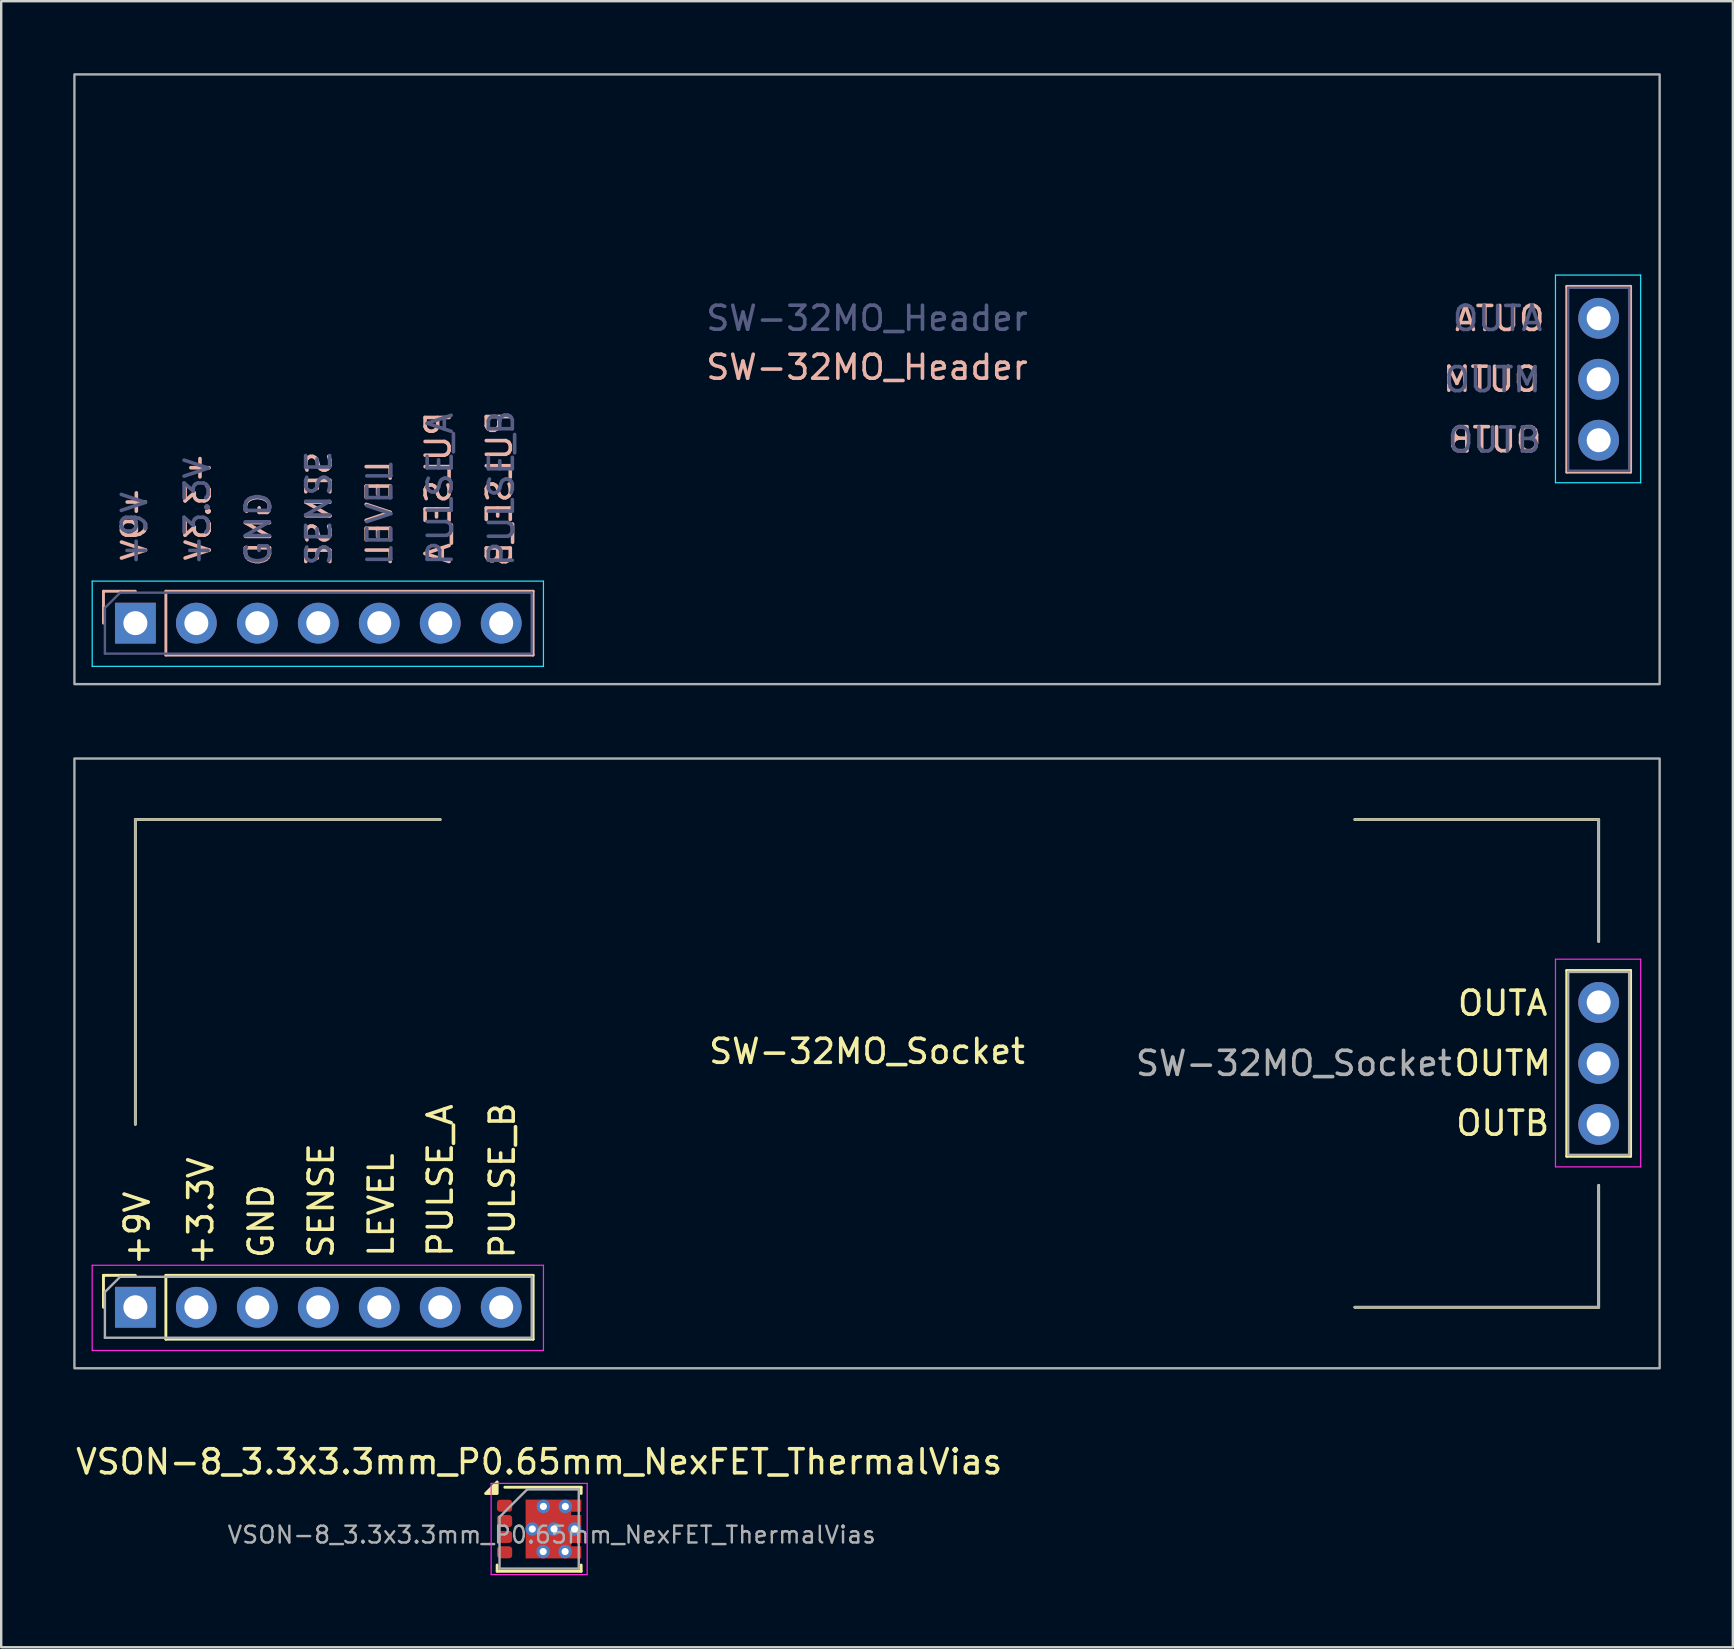
<source format=kicad_pcb>
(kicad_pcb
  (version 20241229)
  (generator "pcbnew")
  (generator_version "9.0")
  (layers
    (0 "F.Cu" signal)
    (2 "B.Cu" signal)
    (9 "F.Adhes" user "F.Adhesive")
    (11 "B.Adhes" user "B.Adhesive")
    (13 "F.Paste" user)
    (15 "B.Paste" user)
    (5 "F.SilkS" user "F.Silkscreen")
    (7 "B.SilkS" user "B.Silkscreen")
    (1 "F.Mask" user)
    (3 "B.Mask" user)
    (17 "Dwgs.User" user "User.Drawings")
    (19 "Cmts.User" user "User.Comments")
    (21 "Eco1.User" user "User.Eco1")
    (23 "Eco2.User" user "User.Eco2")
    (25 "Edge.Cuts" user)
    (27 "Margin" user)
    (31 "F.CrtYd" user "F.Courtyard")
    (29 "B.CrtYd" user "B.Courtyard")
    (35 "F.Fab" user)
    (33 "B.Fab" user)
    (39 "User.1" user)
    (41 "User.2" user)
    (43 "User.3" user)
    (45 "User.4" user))
  (footprint "VSON-8_3.3x3.3mm_P0.65mm_NexFET_ThermalVias"
    (layer "F.Cu")
    (at 19.411 60.648)
    (property "Reference" "VSON-8_3.3x3.3mm_P0.65mm_NexFET_ThermalVias" (at 0 -2.8 0) (layer "F.SilkS") (effects (font (size 1 1) (thickness 0.15))))
    (attr smd)
    (fp_line (start -1.75 1.5) (end -1.75 1.76) (stroke (width 0.12) (type solid)) (layer "F.SilkS"))
    (fp_line (start -1.75 1.76) (end 1.75 1.76) (stroke (width 0.12) (type solid)) (layer "F.SilkS"))
    (fp_line (start -1.43 -1.74) (end 1.75 -1.74) (stroke (width 0.12) (type solid)) (layer "F.SilkS"))
    (fp_line (start 1.75 -1.74) (end 1.75 -1.48) (stroke (width 0.12) (type solid)) (layer "F.SilkS"))
    (fp_line (start 1.75 1.5) (end 1.75 1.76) (stroke (width 0.12) (type solid)) (layer "F.SilkS"))
    (fp_poly (pts (xy -1.75 -1.48) (xy -2.23 -1.48) (xy -1.75 -1.96) (xy -1.75 -1.48)) (stroke (width 0.12) (type solid)) (fill yes) (layer "F.SilkS"))
    (fp_line (start -2 -1.9) (end -2 1.9) (stroke (width 0.05) (type solid)) (layer "F.CrtYd"))
    (fp_line (start -2 -1.9) (end 2 -1.9) (stroke (width 0.05) (type solid)) (layer "F.CrtYd"))
    (fp_line (start -2 1.9) (end 2 1.9) (stroke (width 0.05) (type solid)) (layer "F.CrtYd"))
    (fp_line (start 2 -1.9) (end 2 1.9) (stroke (width 0.05) (type solid)) (layer "F.CrtYd"))
    (fp_line (start -1.65 -0.5) (end -0.5 -1.65) (stroke (width 0.1) (type solid)) (layer "F.Fab"))
    (fp_line (start -1.65 1.65) (end -1.65 -0.5) (stroke (width 0.1) (type solid)) (layer "F.Fab"))
    (fp_line (start -0.5 -1.65) (end 1.65 -1.65) (stroke (width 0.1) (type solid)) (layer "F.Fab"))
    (fp_line (start 1.65 -1.65) (end 1.65 1.65) (stroke (width 0.1) (type solid)) (layer "F.Fab"))
    (fp_line (start 1.65 1.65) (end -1.65 1.65) (stroke (width 0.1) (type solid)) (layer "F.Fab"))
    (fp_text user "${REFERENCE}" (at 0.526 0.242 0) (layer "F.Fab") (effects (font (size 0.7 0.7) (thickness 0.1))))
    (pad "" smd custom (at -0.146 -0.559) (size 0.526 0.526) (layers "F.Paste") (options (anchor circle)) (primitives (gr_poly (pts (xy -0.285 0.369) (xy 0.285 0.369) (xy 0.285 -0.199) (xy 0.115 -0.368) (xy -0.285 -0.369)) (width 0) (fill yes))))
    (pad "" smd custom (at -0.146 0.558) (size 0.526 0.526) (layers "F.Paste") (options (anchor circle)) (primitives (gr_poly (pts (xy -0.285 -0.369) (xy 0.285 -0.369) (xy 0.285 0.199) (xy 0.115 0.368) (xy -0.285 0.369)) (width 0) (fill yes))))
    (pad "" smd rect (at 0.635 -0.59) (size 0.57 0.801) (layers "F.Paste"))
    (pad "" smd rect (at 0.635 0.59) (size 0.57 0.801) (layers "F.Paste"))
    (pad "" smd roundrect (at 1.411 -0.366) (size 0.688 0.428) (layers "F.Paste") (roundrect_rratio 0.25))
    (pad "" smd roundrect (at 1.411 0.366) (size 0.688 0.428) (layers "F.Paste") (roundrect_rratio 0.25))
    (pad "" smd roundrect (at 1.493 0.974) (size 0.525 0.503) (layers "F.Paste") (roundrect_rratio 0.25))
    (pad "" smd roundrect (at 1.5 -0.973) (size 0.51 0.5) (layers "F.Paste") (roundrect_rratio 0.25))
    (pad "1" smd roundrect (at -1.44 -0.97) (size 0.63 0.5) (layers "F.Cu" "F.Mask" "F.Paste") (roundrect_rratio 0.25))
    (pad "2" smd roundrect (at -1.44 -0.33) (size 0.63 0.5) (layers "F.Cu" "F.Mask" "F.Paste") (roundrect_rratio 0.25))
    (pad "3" smd roundrect (at -1.44 0.33) (size 0.63 0.5) (layers "F.Cu" "F.Mask" "F.Paste") (roundrect_rratio 0.25))
    (pad "4" smd roundrect (at -1.44 0.97) (size 0.63 0.5) (layers "F.Cu" "F.Mask" "F.Paste") (roundrect_rratio 0.25))
    (pad "5" thru_hole circle (at -0.286 0) (size 0.56 0.56) (drill 0.3) (layers "*.Cu"))
    (pad "5" thru_hole circle (at 0.167 0.94) (size 0.56 0.56) (drill 0.3) (layers "*.Cu"))
    (pad "5" thru_hole circle (at 0.175 -0.94) (size 0.56 0.56) (drill 0.3) (layers "*.Cu"))
    (pad "5" smd custom (at 0.385 0) (size 1.9 2.45) (layers "F.Cu" "F.Mask") (options (anchor rect)) (primitives (gr_poly (pts (xy 1.371 -0.72) (xy 0.95 -0.72) (xy 0.95 -0.58) (xy 1.37 -0.58) (xy 1.37 -0.08) (xy 0.95 -0.08) (xy 0.95 0.08) (xy 1.37 0.08) (xy 1.37 0.58) (xy 0.95 0.58) (xy 0.95 0.72) (xy 1.37 0.72) (xy 1.37 1.225) (xy -0.95 1.225) (xy -0.95 -1.225) (xy 1.371 -1.225)) (width 0) (fill yes))))
    (pad "5" thru_hole circle (at 0.619 0) (size 0.56 0.56) (drill 0.3) (layers "*.Cu"))
    (pad "5" thru_hole circle (at 1.081 0.94) (size 0.56 0.56) (drill 0.3) (layers "*.Cu"))
    (pad "5" thru_hole circle (at 1.089 -0.94) (size 0.56 0.56) (drill 0.3) (layers "*.Cu"))
    (pad "5" thru_hole circle (at 1.476 0) (size 0.56 0.56) (drill 0.3) (layers "*.Cu")))
  (footprint "SW-32MO_Socket"
    (layer "F.Cu")
    (at 33.07 41.25)
    (property "Reference" "SW-32MO_Socket" (at 0 -0.5 0) (unlocked yes) (layer "F.SilkS") (effects (font (size 1 1) (thickness 0.15))))
    (attr through_hole)
    (fp_line (start -31.81 8.83) (end -30.48 8.83) (stroke (width 0.12) (type solid)) (layer "F.SilkS"))
    (fp_line (start -31.81 10.16) (end -31.81 8.83) (stroke (width 0.12) (type solid)) (layer "F.SilkS"))
    (fp_line (start -30.48 -10.16) (end -17.78 -10.16) (stroke (width 0.12) (type solid)) (layer "F.SilkS"))
    (fp_line (start -30.48 2.54) (end -30.48 -10.16) (stroke (width 0.12) (type solid)) (layer "F.SilkS"))
    (fp_line (start -29.21 8.83) (end -13.91 8.83) (stroke (width 0.12) (type solid)) (layer "F.SilkS"))
    (fp_line (start -29.21 11.49) (end -29.21 8.83) (stroke (width 0.12) (type solid)) (layer "F.SilkS"))
    (fp_line (start -29.21 11.49) (end -13.91 11.49) (stroke (width 0.12) (type solid)) (layer "F.SilkS"))
    (fp_line (start -13.91 11.49) (end -13.91 8.83) (stroke (width 0.12) (type solid)) (layer "F.SilkS"))
    (fp_line (start 20.32 -10.16) (end 30.48 -10.16) (stroke (width 0.12) (type solid)) (layer "F.SilkS"))
    (fp_line (start 29.15 -3.87) (end 29.15 3.87) (stroke (width 0.12) (type solid)) (layer "F.SilkS"))
    (fp_line (start 29.15 -3.87) (end 31.81 -3.87) (stroke (width 0.12) (type solid)) (layer "F.SilkS"))
    (fp_line (start 29.15 3.87) (end 31.81 3.87) (stroke (width 0.12) (type solid)) (layer "F.SilkS"))
    (fp_line (start 30.48 -10.16) (end 30.48 -5.08) (stroke (width 0.12) (type solid)) (layer "F.SilkS"))
    (fp_line (start 30.48 5.08) (end 30.48 10.16) (stroke (width 0.12) (type solid)) (layer "F.SilkS"))
    (fp_line (start 30.48 10.16) (end 20.32 10.16) (stroke (width 0.12) (type solid)) (layer "F.SilkS"))
    (fp_line (start 31.81 -3.87) (end 31.81 3.87) (stroke (width 0.12) (type solid)) (layer "F.SilkS"))
    (fp_line (start -32.28 8.41) (end -13.48 8.41) (stroke (width 0.05) (type solid)) (layer "F.CrtYd"))
    (fp_line (start -32.28 11.96) (end -32.28 8.41) (stroke (width 0.05) (type solid)) (layer "F.CrtYd"))
    (fp_line (start -13.48 8.41) (end -13.48 11.96) (stroke (width 0.05) (type solid)) (layer "F.CrtYd"))
    (fp_line (start -13.48 11.96) (end -32.28 11.96) (stroke (width 0.05) (type solid)) (layer "F.CrtYd"))
    (fp_line (start 28.68 -4.34) (end 32.23 -4.34) (stroke (width 0.05) (type solid)) (layer "F.CrtYd"))
    (fp_line (start 28.68 4.31) (end 28.68 -4.34) (stroke (width 0.05) (type solid)) (layer "F.CrtYd"))
    (fp_line (start 32.23 -4.34) (end 32.23 4.31) (stroke (width 0.05) (type solid)) (layer "F.CrtYd"))
    (fp_line (start 32.23 4.31) (end 28.68 4.31) (stroke (width 0.05) (type solid)) (layer "F.CrtYd"))
    (fp_line (start -31.75 9.525) (end -31.115 8.89) (stroke (width 0.1) (type solid)) (layer "F.Fab"))
    (fp_line (start -31.75 11.43) (end -31.75 9.525) (stroke (width 0.1) (type solid)) (layer "F.Fab"))
    (fp_line (start -31.115 8.89) (end -13.97 8.89) (stroke (width 0.1) (type solid)) (layer "F.Fab"))
    (fp_line (start -30.48 -10.16) (end -30.48 2.54) (stroke (width 0.1) (type solid)) (layer "F.Fab"))
    (fp_line (start -17.78 -10.16) (end -30.48 -10.16) (stroke (width 0.1) (type solid)) (layer "F.Fab"))
    (fp_line (start -13.97 8.89) (end -13.97 11.43) (stroke (width 0.1) (type solid)) (layer "F.Fab"))
    (fp_line (start -13.97 11.43) (end -31.75 11.43) (stroke (width 0.1) (type solid)) (layer "F.Fab"))
    (fp_line (start 20.32 -10.16) (end 30.48 -10.16) (stroke (width 0.1) (type solid)) (layer "F.Fab"))
    (fp_line (start 29.21 -3.81) (end 31.75 -3.81) (stroke (width 0.1) (type solid)) (layer "F.Fab"))
    (fp_line (start 29.21 3.81) (end 29.21 -3.81) (stroke (width 0.1) (type solid)) (layer "F.Fab"))
    (fp_line (start 30.48 -10.16) (end 30.48 -5.08) (stroke (width 0.1) (type solid)) (layer "F.Fab"))
    (fp_line (start 30.48 5.08) (end 30.48 10.16) (stroke (width 0.1) (type solid)) (layer "F.Fab"))
    (fp_line (start 30.48 10.16) (end 20.32 10.16) (stroke (width 0.1) (type solid)) (layer "F.Fab"))
    (fp_line (start 31.75 -3.81) (end 31.75 3.81) (stroke (width 0.1) (type solid)) (layer "F.Fab"))
    (fp_line (start 31.75 3.81) (end 29.21 3.81) (stroke (width 0.1) (type solid)) (layer "F.Fab"))
    (fp_rect (start -33.02 -12.7) (end 33.02 12.7) (stroke (width 0.1) (type solid)) (fill no) (layer "F.Fab"))
    (fp_text user "OUTM" (at 26.481 -0.007 0) (unlocked yes) (layer "F.SilkS") (effects (font (size 1 1) (thickness 0.15))))
    (fp_text user "GND" (at -25.239 6.573 90) (unlocked yes) (layer "F.SilkS") (effects (font (size 1 1) (thickness 0.15))))
    (fp_text user "PULSE_A" (at -17.779 4.877 90) (unlocked yes) (layer "F.SilkS") (effects (font (size 1 1) (thickness 0.15))))
    (fp_text user "PULSE_B" (at -15.195 4.877 90) (unlocked yes) (layer "F.SilkS") (effects (font (size 1 1) (thickness 0.15))))
    (fp_text user "LEVEL" (at -20.239 5.901 90) (unlocked yes) (layer "F.SilkS") (effects (font (size 1 1) (thickness 0.15))))
    (fp_text user "OUTA" (at 26.481 -2.507 0) (unlocked yes) (layer "F.SilkS") (effects (font (size 1 1) (thickness 0.15))))
    (fp_text user "SENSE" (at -22.739 5.716 90) (unlocked yes) (layer "F.SilkS") (effects (font (size 1 1) (thickness 0.15))))
    (fp_text user "+9V" (at -30.406 6.872 90) (unlocked yes) (layer "F.SilkS") (effects (font (size 1 1) (thickness 0.15))))
    (fp_text user "OUTB" (at 26.481 2.493 0) (unlocked yes) (layer "F.SilkS") (effects (font (size 1 1) (thickness 0.15))))
    (fp_text user "+3.3V" (at -27.756 6.158 90) (unlocked yes) (layer "F.SilkS") (effects (font (size 1 1) (thickness 0.15))))
    (fp_text user "${REFERENCE}" (at 17.78 0 180) (layer "F.Fab") (effects (font (size 1 1) (thickness 0.15))))
    (pad "1" thru_hole rect (at -30.48 10.16 90) (size 1.7 1.7) (drill 1) (layers "*.Cu" "*.Mask"))
    (pad "2" thru_hole oval (at -27.94 10.16 90) (size 1.7 1.7) (drill 1) (layers "*.Cu" "*.Mask"))
    (pad "3" thru_hole oval (at -25.4 10.16 90) (size 1.7 1.7) (drill 1) (layers "*.Cu" "*.Mask"))
    (pad "4" thru_hole oval (at -22.86 10.16 90) (size 1.7 1.7) (drill 1) (layers "*.Cu" "*.Mask"))
    (pad "5" thru_hole oval (at -20.32 10.16 90) (size 1.7 1.7) (drill 1) (layers "*.Cu" "*.Mask"))
    (pad "6" thru_hole oval (at -17.78 10.16 90) (size 1.7 1.7) (drill 1) (layers "*.Cu" "*.Mask"))
    (pad "7" thru_hole oval (at -15.24 10.16 90) (size 1.7 1.7) (drill 1) (layers "*.Cu" "*.Mask"))
    (pad "8" thru_hole circle (at 30.48 -2.54) (size 1.7 1.7) (drill 1) (layers "*.Cu" "*.Mask"))
    (pad "9" thru_hole oval (at 30.48 0) (size 1.7 1.7) (drill 1) (layers "*.Cu" "*.Mask"))
    (pad "10" thru_hole oval (at 30.48 2.54) (size 1.7 1.7) (drill 1) (layers "*.Cu" "*.Mask")))
  (footprint "SW-32MO_Header"
    (layer "F.Cu")
    (at 33.07 12.75)
    (property "Reference" "SW-32MO_Header" (at 0 -0.5 0) (unlocked yes) (layer "B.SilkS") (effects (font (size 1 1) (thickness 0.15))))
    (attr through_hole)
    (fp_line (start -31.81 8.83) (end -30.48 8.83) (stroke (width 0.12) (type solid)) (layer "B.SilkS"))
    (fp_line (start -31.81 10.16) (end -31.81 8.83) (stroke (width 0.12) (type solid)) (layer "B.SilkS"))
    (fp_line (start -29.21 8.83) (end -13.91 8.83) (stroke (width 0.12) (type solid)) (layer "B.SilkS"))
    (fp_line (start -29.21 11.49) (end -29.21 8.83) (stroke (width 0.12) (type solid)) (layer "B.SilkS"))
    (fp_line (start -29.21 11.49) (end -13.91 11.49) (stroke (width 0.12) (type solid)) (layer "B.SilkS"))
    (fp_line (start -13.91 11.49) (end -13.91 8.83) (stroke (width 0.12) (type solid)) (layer "B.SilkS"))
    (fp_line (start 29.15 -3.87) (end 29.15 3.87) (stroke (width 0.12) (type solid)) (layer "B.SilkS"))
    (fp_line (start 29.15 -3.87) (end 31.81 -3.87) (stroke (width 0.12) (type solid)) (layer "B.SilkS"))
    (fp_line (start 29.15 3.87) (end 31.81 3.87) (stroke (width 0.12) (type solid)) (layer "B.SilkS"))
    (fp_line (start 31.81 -3.87) (end 31.81 3.87) (stroke (width 0.12) (type solid)) (layer "B.SilkS"))
    (fp_line (start -32.28 8.41) (end -13.48 8.41) (stroke (width 0.05) (type solid)) (layer "B.CrtYd"))
    (fp_line (start -32.28 11.96) (end -32.28 8.41) (stroke (width 0.05) (type solid)) (layer "B.CrtYd"))
    (fp_line (start -13.48 8.41) (end -13.48 11.96) (stroke (width 0.05) (type solid)) (layer "B.CrtYd"))
    (fp_line (start -13.48 11.96) (end -32.28 11.96) (stroke (width 0.05) (type solid)) (layer "B.CrtYd"))
    (fp_line (start 28.68 -4.34) (end 32.23 -4.34) (stroke (width 0.05) (type solid)) (layer "B.CrtYd"))
    (fp_line (start 28.68 4.31) (end 28.68 -4.34) (stroke (width 0.05) (type solid)) (layer "B.CrtYd"))
    (fp_line (start 32.23 -4.34) (end 32.23 4.31) (stroke (width 0.05) (type solid)) (layer "B.CrtYd"))
    (fp_line (start 32.23 4.31) (end 28.68 4.31) (stroke (width 0.05) (type solid)) (layer "B.CrtYd"))
    (fp_line (start -31.75 9.525) (end -31.115 8.89) (stroke (width 0.1) (type solid)) (layer "B.Fab"))
    (fp_line (start -31.75 11.43) (end -31.75 9.525) (stroke (width 0.1) (type solid)) (layer "B.Fab"))
    (fp_line (start -31.115 8.89) (end -13.97 8.89) (stroke (width 0.1) (type solid)) (layer "B.Fab"))
    (fp_line (start -13.97 8.89) (end -13.97 11.43) (stroke (width 0.1) (type solid)) (layer "B.Fab"))
    (fp_line (start -13.97 11.43) (end -31.75 11.43) (stroke (width 0.1) (type solid)) (layer "B.Fab"))
    (fp_line (start 29.21 -3.81) (end 31.75 -3.81) (stroke (width 0.1) (type solid)) (layer "B.Fab"))
    (fp_line (start 29.21 3.81) (end 29.21 -3.81) (stroke (width 0.1) (type solid)) (layer "B.Fab"))
    (fp_line (start 31.75 -3.81) (end 31.75 3.81) (stroke (width 0.1) (type solid)) (layer "B.Fab"))
    (fp_line (start 31.75 3.81) (end 29.21 3.81) (stroke (width 0.1) (type solid)) (layer "B.Fab"))
    (fp_rect (start -33.02 -12.7) (end 33.02 12.7) (stroke (width 0.1) (type solid)) (fill no) (layer "F.Fab"))
    (fp_text user "SENSE" (at -22.834 5.403 90) (unlocked yes) (layer "B.SilkS") (effects (font (size 1 1) (thickness 0.15)) (justify mirror)))
    (fp_text user "PULSE_B" (at -15.317 4.554 90) (unlocked yes) (layer "B.SilkS") (effects (font (size 1 1) (thickness 0.15)) (justify mirror)))
    (fp_text user "+3.3V" (at -27.863 5.304 90) (unlocked yes) (layer "B.SilkS") (effects (font (size 1 1) (thickness 0.15)) (justify mirror)))
    (fp_text user "GND" (at -25.349 6.26 90) (unlocked yes) (layer "B.SilkS") (effects (font (size 1 1) (thickness 0.15)) (justify mirror)))
    (fp_text user "LEVEL" (at -20.32 5.544 90) (unlocked yes) (layer "B.SilkS") (effects (font (size 1 1) (thickness 0.15)) (justify mirror)))
    (fp_text user "OUTM" (at 26.001 0 0) (unlocked yes) (layer "B.SilkS") (effects (font (size 1 1) (thickness 0.15)) (justify mirror)))
    (fp_text user "OUTB" (at 26.154 2.521 0) (unlocked yes) (layer "B.SilkS") (effects (font (size 1 1) (thickness 0.15)) (justify mirror)))
    (fp_text user "OUTA" (at 26.358 -2.531 0) (unlocked yes) (layer "B.SilkS") (effects (font (size 1 1) (thickness 0.15)) (justify mirror)))
    (fp_text user "+9V" (at -30.515 6.019 90) (unlocked yes) (layer "B.SilkS") (effects (font (size 1 1) (thickness 0.15)) (justify mirror)))
    (fp_text user "PULSE_A" (at -17.866 4.52 90) (unlocked yes) (layer "B.SilkS") (effects (font (size 1 1) (thickness 0.15)) (justify mirror)))
    (fp_text user "GND" (at -25.357 6.225 90) (unlocked yes) (layer "B.Fab") (effects (font (size 1 1) (thickness 0.15))))
    (fp_text user "PULSE_B" (at -15.231 4.538 90) (unlocked yes) (layer "B.Fab") (effects (font (size 1 1) (thickness 0.15))))
    (fp_text user "SENSE" (at -22.843 5.368 90) (unlocked yes) (layer "B.Fab") (effects (font (size 1 1) (thickness 0.15))))
    (fp_text user "OUTA" (at 26.271 -2.531 0) (unlocked yes) (layer "B.Fab") (effects (font (size 1 1) (thickness 0.15))))
    (fp_text user "+9V" (at -30.523 6.225 90) (unlocked yes) (layer "B.Fab") (effects (font (size 1 1) (thickness 0.15))))
    (fp_text user "LEVEL" (at -20.294 5.596 90) (unlocked yes) (layer "B.Fab") (effects (font (size 1 1) (thickness 0.15))))
    (fp_text user "PULSE_A" (at -17.78 4.572 90) (unlocked yes) (layer "B.Fab") (effects (font (size 1 1) (thickness 0.15))))
    (fp_text user "${REFERENCE}" (at 0 -2.54 180) (layer "B.Fab") (effects (font (size 1 1) (thickness 0.15))))
    (fp_text user "+3.3V" (at -27.906 5.511 90) (unlocked yes) (layer "B.Fab") (effects (font (size 1 1) (thickness 0.15))))
    (fp_text user "OUTM" (at 26.065 0.017 0) (unlocked yes) (layer "B.Fab") (effects (font (size 1 1) (thickness 0.15))))
    (fp_text user "OUTB" (at 26.134 2.532 0) (unlocked yes) (layer "B.Fab") (effects (font (size 1 1) (thickness 0.15))))
    (pad "1" thru_hole rect (at -30.48 10.16 90) (size 1.7 1.7) (drill 1) (layers "*.Cu" "*.Mask"))
    (pad "2" thru_hole oval (at -27.94 10.16 90) (size 1.7 1.7) (drill 1) (layers "*.Cu" "*.Mask"))
    (pad "3" thru_hole oval (at -25.4 10.16 90) (size 1.7 1.7) (drill 1) (layers "*.Cu" "*.Mask"))
    (pad "4" thru_hole oval (at -22.86 10.16 90) (size 1.7 1.7) (drill 1) (layers "*.Cu" "*.Mask"))
    (pad "5" thru_hole oval (at -20.32 10.16 90) (size 1.7 1.7) (drill 1) (layers "*.Cu" "*.Mask"))
    (pad "6" thru_hole oval (at -17.78 10.16 90) (size 1.7 1.7) (drill 1) (layers "*.Cu" "*.Mask"))
    (pad "7" thru_hole oval (at -15.24 10.16 90) (size 1.7 1.7) (drill 1) (layers "*.Cu" "*.Mask"))
    (pad "8" thru_hole circle (at 30.48 -2.54) (size 1.7 1.7) (drill 1) (layers "*.Cu" "*.Mask"))
    (pad "9" thru_hole oval (at 30.48 0) (size 1.7 1.7) (drill 1) (layers "*.Cu" "*.Mask"))
    (pad "10" thru_hole oval (at 30.48 2.54) (size 1.7 1.7) (drill 1) (layers "*.Cu" "*.Mask")))
  (gr_rect
    (start -3 -3)
    (end 69.14 65.573)
    (stroke (width 0.1) (type default))
    (fill no)
    (layer "Edge.Cuts")))
</source>
